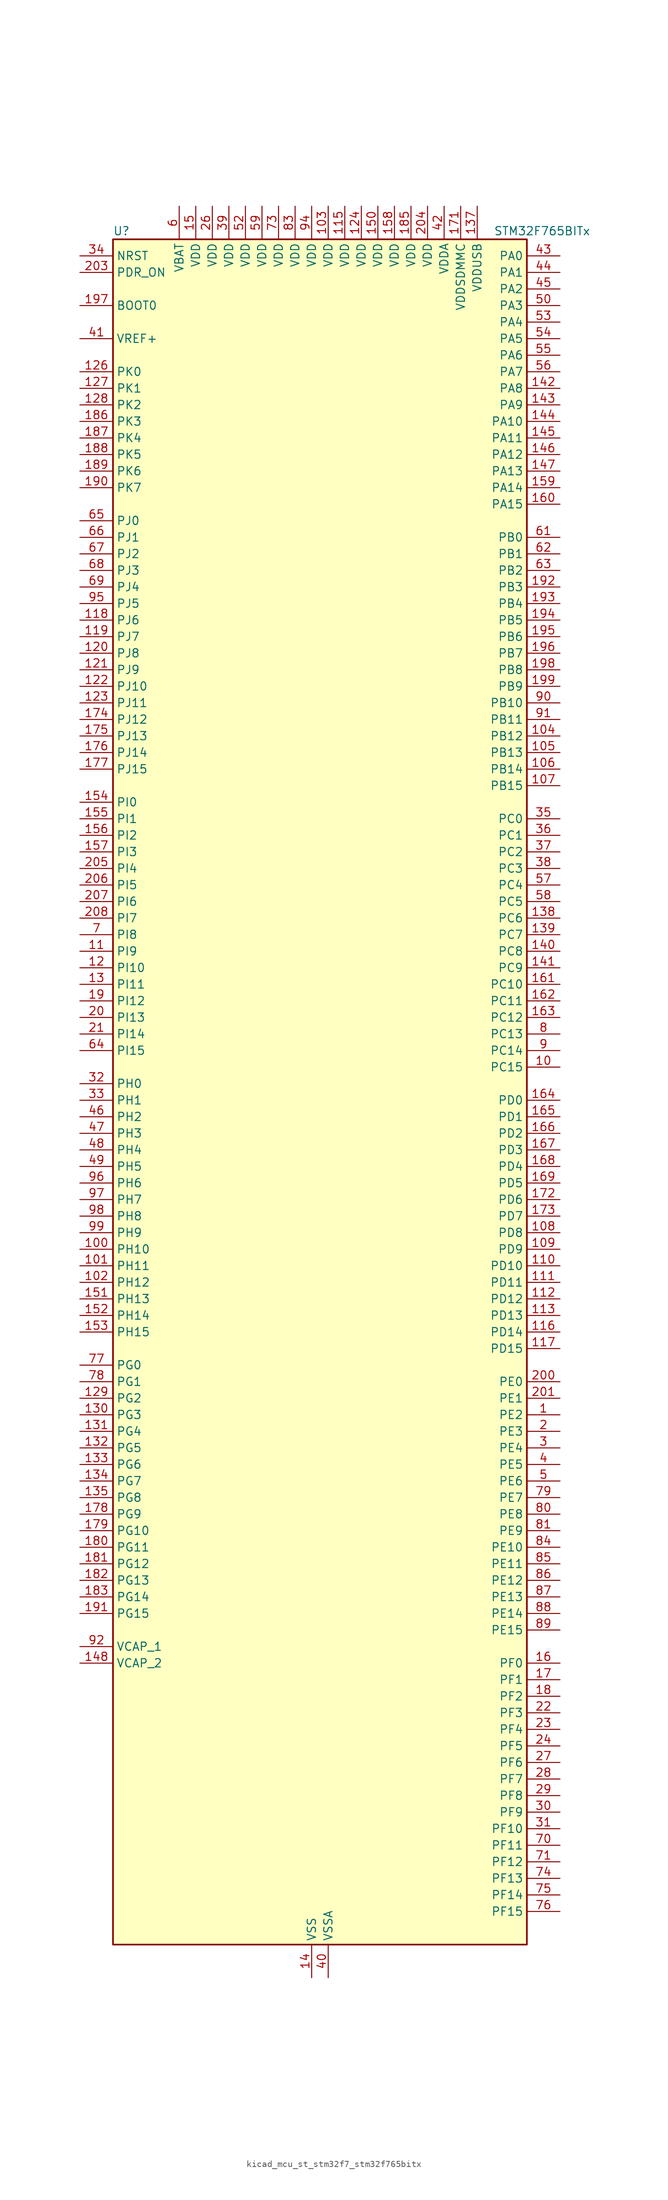
<source format=kicad_sym>
(kicad_symbol_lib
  (version 20220914)
  (generator kicad_symbol_editor)
  (symbol "kicad_mcu_st_stm32f7_stm32f765bitx"
    (property "Reference" "U"
      (at -30.48 133.35 0)
      (effects (font (size 1.27 1.27)) (justify left)))
    (property "Value" "STM32F765BITx"
      (at 27.94 133.35 0)
      (effects (font (size 1.27 1.27)) (justify left)))
    (property "ki_locked" ""
      (at 0 0 0)
      (effects (font (size 1.27 1.27))))
    (symbol "kicad_mcu_st_stm32f7_stm32f765bitx_0_1"
      (rectangle (start -30.48 -129.54) (end 33.02 132.08) (stroke (width 0.254) (type default)) (fill (type background))))
    (symbol "kicad_mcu_st_stm32f7_stm32f765bitx_1_1"
      (pin bidirectional line (at 38.1 -48.26 180) (length 5.08) (name "PE2" (effects (font (size 1.27 1.27)))) (number "1" (effects (font (size 1.27 1.27)))) (alternate "ETH_TXD3" bidirectional line) (alternate "FMC_A23" bidirectional line) (alternate "QUADSPI_BK1_IO2" bidirectional line) (alternate "SAI1_MCLK_A" bidirectional line) (alternate "SPI4_SCK" bidirectional line) (alternate "SYS_TRACECLK" bidirectional line))
      (pin bidirectional line (at 38.1 5.08 180) (length 5.08) (name "PC15" (effects (font (size 1.27 1.27)))) (number "10" (effects (font (size 1.27 1.27)))) (alternate "RCC_OSC32_OUT" bidirectional line))
      (pin bidirectional line (at -35.56 -22.86 0) (length 5.08) (name "PH10" (effects (font (size 1.27 1.27)))) (number "100" (effects (font (size 1.27 1.27)))) (alternate "DCMI_D1" bidirectional line) (alternate "FMC_D18" bidirectional line) (alternate "I2C4_SMBA" bidirectional line) (alternate "TIM5_CH1" bidirectional line))
      (pin bidirectional line (at -35.56 -25.4 0) (length 5.08) (name "PH11" (effects (font (size 1.27 1.27)))) (number "101" (effects (font (size 1.27 1.27)))) (alternate "ADC1_EXTI11" bidirectional line) (alternate "ADC2_EXTI11" bidirectional line) (alternate "ADC3_EXTI11" bidirectional line) (alternate "DCMI_D2" bidirectional line) (alternate "FMC_D19" bidirectional line) (alternate "I2C4_SCL" bidirectional line) (alternate "TIM5_CH2" bidirectional line))
      (pin bidirectional line (at -35.56 -27.94 0) (length 5.08) (name "PH12" (effects (font (size 1.27 1.27)))) (number "102" (effects (font (size 1.27 1.27)))) (alternate "DCMI_D3" bidirectional line) (alternate "FMC_D20" bidirectional line) (alternate "I2C4_SDA" bidirectional line) (alternate "TIM5_CH3" bidirectional line))
      (pin power_in line (at 2.54 137.16 270) (length 5.08) (name "VDD" (effects (font (size 1.27 1.27)))) (number "103" (effects (font (size 1.27 1.27)))))
      (pin bidirectional line (at 38.1 55.88 180) (length 5.08) (name "PB12" (effects (font (size 1.27 1.27)))) (number "104" (effects (font (size 1.27 1.27)))) (alternate "CAN2_RX" bidirectional line) (alternate "DFSDM1_DATIN1" bidirectional line) (alternate "ETH_TXD0" bidirectional line) (alternate "I2C2_SMBA" bidirectional line) (alternate "I2S2_WS" bidirectional line) (alternate "SPI2_NSS" bidirectional line) (alternate "TIM1_BKIN" bidirectional line) (alternate "UART5_RX" bidirectional line) (alternate "USART3_CK" bidirectional line) (alternate "USB_OTG_HS_ID" bidirectional line) (alternate "USB_OTG_HS_ULPI_D5" bidirectional line))
      (pin bidirectional line (at 38.1 53.34 180) (length 5.08) (name "PB13" (effects (font (size 1.27 1.27)))) (number "105" (effects (font (size 1.27 1.27)))) (alternate "CAN2_TX" bidirectional line) (alternate "DFSDM1_CKIN1" bidirectional line) (alternate "ETH_TXD1" bidirectional line) (alternate "I2S2_CK" bidirectional line) (alternate "SPI2_SCK" bidirectional line) (alternate "TIM1_CH1N" bidirectional line) (alternate "UART5_TX" bidirectional line) (alternate "USART3_CTS" bidirectional line) (alternate "USB_OTG_HS_ULPI_D6" bidirectional line) (alternate "USB_OTG_HS_VBUS" bidirectional line))
      (pin bidirectional line (at 38.1 50.8 180) (length 5.08) (name "PB14" (effects (font (size 1.27 1.27)))) (number "106" (effects (font (size 1.27 1.27)))) (alternate "DFSDM1_DATIN2" bidirectional line) (alternate "SDMMC2_D0" bidirectional line) (alternate "SPI2_MISO" bidirectional line) (alternate "TIM12_CH1" bidirectional line) (alternate "TIM1_CH2N" bidirectional line) (alternate "TIM8_CH2N" bidirectional line) (alternate "UART4_DE" bidirectional line) (alternate "UART4_RTS" bidirectional line) (alternate "USART1_TX" bidirectional line) (alternate "USART3_DE" bidirectional line) (alternate "USART3_RTS" bidirectional line) (alternate "USB_OTG_HS_DM" bidirectional line))
      (pin bidirectional line (at 38.1 48.26 180) (length 5.08) (name "PB15" (effects (font (size 1.27 1.27)))) (number "107" (effects (font (size 1.27 1.27)))) (alternate "DFSDM1_CKIN2" bidirectional line) (alternate "I2S2_SD" bidirectional line) (alternate "RTC_REFIN" bidirectional line) (alternate "SDMMC2_D1" bidirectional line) (alternate "SPI2_MOSI" bidirectional line) (alternate "TIM12_CH2" bidirectional line) (alternate "TIM1_CH3N" bidirectional line) (alternate "TIM8_CH3N" bidirectional line) (alternate "UART4_CTS" bidirectional line) (alternate "USART1_RX" bidirectional line) (alternate "USB_OTG_HS_DP" bidirectional line))
      (pin bidirectional line (at 38.1 -20.32 180) (length 5.08) (name "PD8" (effects (font (size 1.27 1.27)))) (number "108" (effects (font (size 1.27 1.27)))) (alternate "DFSDM1_CKIN3" bidirectional line) (alternate "FMC_D13" bidirectional line) (alternate "FMC_DA13" bidirectional line) (alternate "SPDIFRX_IN1" bidirectional line) (alternate "USART3_TX" bidirectional line))
      (pin bidirectional line (at 38.1 -22.86 180) (length 5.08) (name "PD9" (effects (font (size 1.27 1.27)))) (number "109" (effects (font (size 1.27 1.27)))) (alternate "DAC_EXTI9" bidirectional line) (alternate "DFSDM1_DATIN3" bidirectional line) (alternate "FMC_D14" bidirectional line) (alternate "FMC_DA14" bidirectional line) (alternate "USART3_RX" bidirectional line))
      (pin bidirectional line (at -35.56 22.86 0) (length 5.08) (name "PI9" (effects (font (size 1.27 1.27)))) (number "11" (effects (font (size 1.27 1.27)))) (alternate "CAN1_RX" bidirectional line) (alternate "DAC_EXTI9" bidirectional line) (alternate "FMC_D30" bidirectional line) (alternate "UART4_RX" bidirectional line))
      (pin bidirectional line (at 38.1 -25.4 180) (length 5.08) (name "PD10" (effects (font (size 1.27 1.27)))) (number "110" (effects (font (size 1.27 1.27)))) (alternate "DFSDM1_CKOUT" bidirectional line) (alternate "FMC_D15" bidirectional line) (alternate "FMC_DA15" bidirectional line) (alternate "USART3_CK" bidirectional line))
      (pin bidirectional line (at 38.1 -27.94 180) (length 5.08) (name "PD11" (effects (font (size 1.27 1.27)))) (number "111" (effects (font (size 1.27 1.27)))) (alternate "ADC1_EXTI11" bidirectional line) (alternate "ADC2_EXTI11" bidirectional line) (alternate "ADC3_EXTI11" bidirectional line) (alternate "FMC_A16" bidirectional line) (alternate "FMC_CLE" bidirectional line) (alternate "I2C4_SMBA" bidirectional line) (alternate "QUADSPI_BK1_IO0" bidirectional line) (alternate "SAI2_SD_A" bidirectional line) (alternate "USART3_CTS" bidirectional line))
      (pin bidirectional line (at 38.1 -30.48 180) (length 5.08) (name "PD12" (effects (font (size 1.27 1.27)))) (number "112" (effects (font (size 1.27 1.27)))) (alternate "FMC_A17" bidirectional line) (alternate "FMC_ALE" bidirectional line) (alternate "I2C4_SCL" bidirectional line) (alternate "LPTIM1_IN1" bidirectional line) (alternate "QUADSPI_BK1_IO1" bidirectional line) (alternate "SAI2_FS_A" bidirectional line) (alternate "TIM4_CH1" bidirectional line) (alternate "USART3_DE" bidirectional line) (alternate "USART3_RTS" bidirectional line))
      (pin bidirectional line (at 38.1 -33.02 180) (length 5.08) (name "PD13" (effects (font (size 1.27 1.27)))) (number "113" (effects (font (size 1.27 1.27)))) (alternate "FMC_A18" bidirectional line) (alternate "I2C4_SDA" bidirectional line) (alternate "LPTIM1_OUT" bidirectional line) (alternate "QUADSPI_BK1_IO3" bidirectional line) (alternate "SAI2_SCK_A" bidirectional line) (alternate "TIM4_CH2" bidirectional line))
      (pin passive line (at 0 -134.62 90) (length 5.08) hide (name "VSS" (effects (font (size 1.27 1.27)))) (number "114" (effects (font (size 1.27 1.27)))))
      (pin power_in line (at 5.08 137.16 270) (length 5.08) (name "VDD" (effects (font (size 1.27 1.27)))) (number "115" (effects (font (size 1.27 1.27)))))
      (pin bidirectional line (at 38.1 -35.56 180) (length 5.08) (name "PD14" (effects (font (size 1.27 1.27)))) (number "116" (effects (font (size 1.27 1.27)))) (alternate "FMC_D0" bidirectional line) (alternate "FMC_DA0" bidirectional line) (alternate "TIM4_CH3" bidirectional line) (alternate "UART8_CTS" bidirectional line))
      (pin bidirectional line (at 38.1 -38.1 180) (length 5.08) (name "PD15" (effects (font (size 1.27 1.27)))) (number "117" (effects (font (size 1.27 1.27)))) (alternate "FMC_D1" bidirectional line) (alternate "FMC_DA1" bidirectional line) (alternate "TIM4_CH4" bidirectional line) (alternate "UART8_DE" bidirectional line) (alternate "UART8_RTS" bidirectional line))
      (pin bidirectional line (at -35.56 73.66 0) (length 5.08) (name "PJ6" (effects (font (size 1.27 1.27)))) (number "118" (effects (font (size 1.27 1.27)))))
      (pin bidirectional line (at -35.56 71.12 0) (length 5.08) (name "PJ7" (effects (font (size 1.27 1.27)))) (number "119" (effects (font (size 1.27 1.27)))))
      (pin bidirectional line (at -35.56 20.32 0) (length 5.08) (name "PI10" (effects (font (size 1.27 1.27)))) (number "12" (effects (font (size 1.27 1.27)))) (alternate "ETH_RX_ER" bidirectional line) (alternate "FMC_D31" bidirectional line))
      (pin bidirectional line (at -35.56 68.58 0) (length 5.08) (name "PJ8" (effects (font (size 1.27 1.27)))) (number "120" (effects (font (size 1.27 1.27)))))
      (pin bidirectional line (at -35.56 66.04 0) (length 5.08) (name "PJ9" (effects (font (size 1.27 1.27)))) (number "121" (effects (font (size 1.27 1.27)))) (alternate "DAC_EXTI9" bidirectional line))
      (pin bidirectional line (at -35.56 63.5 0) (length 5.08) (name "PJ10" (effects (font (size 1.27 1.27)))) (number "122" (effects (font (size 1.27 1.27)))))
      (pin bidirectional line (at -35.56 60.96 0) (length 5.08) (name "PJ11" (effects (font (size 1.27 1.27)))) (number "123" (effects (font (size 1.27 1.27)))) (alternate "ADC1_EXTI11" bidirectional line) (alternate "ADC2_EXTI11" bidirectional line) (alternate "ADC3_EXTI11" bidirectional line))
      (pin power_in line (at 7.62 137.16 270) (length 5.08) (name "VDD" (effects (font (size 1.27 1.27)))) (number "124" (effects (font (size 1.27 1.27)))))
      (pin passive line (at 0 -134.62 90) (length 5.08) hide (name "VSS" (effects (font (size 1.27 1.27)))) (number "125" (effects (font (size 1.27 1.27)))))
      (pin bidirectional line (at -35.56 111.76 0) (length 5.08) (name "PK0" (effects (font (size 1.27 1.27)))) (number "126" (effects (font (size 1.27 1.27)))))
      (pin bidirectional line (at -35.56 109.22 0) (length 5.08) (name "PK1" (effects (font (size 1.27 1.27)))) (number "127" (effects (font (size 1.27 1.27)))))
      (pin bidirectional line (at -35.56 106.68 0) (length 5.08) (name "PK2" (effects (font (size 1.27 1.27)))) (number "128" (effects (font (size 1.27 1.27)))))
      (pin bidirectional line (at -35.56 -45.72 0) (length 5.08) (name "PG2" (effects (font (size 1.27 1.27)))) (number "129" (effects (font (size 1.27 1.27)))) (alternate "FMC_A12" bidirectional line))
      (pin bidirectional line (at -35.56 17.78 0) (length 5.08) (name "PI11" (effects (font (size 1.27 1.27)))) (number "13" (effects (font (size 1.27 1.27)))) (alternate "ADC1_EXTI11" bidirectional line) (alternate "ADC2_EXTI11" bidirectional line) (alternate "ADC3_EXTI11" bidirectional line) (alternate "SYS_WKUP6" bidirectional line) (alternate "USB_OTG_HS_ULPI_DIR" bidirectional line))
      (pin bidirectional line (at -35.56 -48.26 0) (length 5.08) (name "PG3" (effects (font (size 1.27 1.27)))) (number "130" (effects (font (size 1.27 1.27)))) (alternate "FMC_A13" bidirectional line))
      (pin bidirectional line (at -35.56 -50.8 0) (length 5.08) (name "PG4" (effects (font (size 1.27 1.27)))) (number "131" (effects (font (size 1.27 1.27)))) (alternate "FMC_A14" bidirectional line) (alternate "FMC_BA0" bidirectional line))
      (pin bidirectional line (at -35.56 -53.34 0) (length 5.08) (name "PG5" (effects (font (size 1.27 1.27)))) (number "132" (effects (font (size 1.27 1.27)))) (alternate "FMC_A15" bidirectional line) (alternate "FMC_BA1" bidirectional line))
      (pin bidirectional line (at -35.56 -55.88 0) (length 5.08) (name "PG6" (effects (font (size 1.27 1.27)))) (number "133" (effects (font (size 1.27 1.27)))) (alternate "DCMI_D12" bidirectional line) (alternate "FMC_NE3" bidirectional line))
      (pin bidirectional line (at -35.56 -58.42 0) (length 5.08) (name "PG7" (effects (font (size 1.27 1.27)))) (number "134" (effects (font (size 1.27 1.27)))) (alternate "DCMI_D13" bidirectional line) (alternate "FMC_INT" bidirectional line) (alternate "SAI1_MCLK_A" bidirectional line) (alternate "USART6_CK" bidirectional line))
      (pin bidirectional line (at -35.56 -60.96 0) (length 5.08) (name "PG8" (effects (font (size 1.27 1.27)))) (number "135" (effects (font (size 1.27 1.27)))) (alternate "ETH_PPS_OUT" bidirectional line) (alternate "FMC_SDCLK" bidirectional line) (alternate "SPDIFRX_IN2" bidirectional line) (alternate "SPI6_NSS" bidirectional line) (alternate "USART6_DE" bidirectional line) (alternate "USART6_RTS" bidirectional line))
      (pin passive line (at 0 -134.62 90) (length 5.08) hide (name "VSS" (effects (font (size 1.27 1.27)))) (number "136" (effects (font (size 1.27 1.27)))))
      (pin power_in line (at 25.4 137.16 270) (length 5.08) (name "VDDUSB" (effects (font (size 1.27 1.27)))) (number "137" (effects (font (size 1.27 1.27)))))
      (pin bidirectional line (at 38.1 27.94 180) (length 5.08) (name "PC6" (effects (font (size 1.27 1.27)))) (number "138" (effects (font (size 1.27 1.27)))) (alternate "DCMI_D0" bidirectional line) (alternate "DFSDM1_CKIN3" bidirectional line) (alternate "FMC_NWAIT" bidirectional line) (alternate "I2S2_MCK" bidirectional line) (alternate "SDMMC1_D6" bidirectional line) (alternate "SDMMC2_D6" bidirectional line) (alternate "TIM3_CH1" bidirectional line) (alternate "TIM8_CH1" bidirectional line) (alternate "USART6_TX" bidirectional line))
      (pin bidirectional line (at 38.1 25.4 180) (length 5.08) (name "PC7" (effects (font (size 1.27 1.27)))) (number "139" (effects (font (size 1.27 1.27)))) (alternate "DCMI_D1" bidirectional line) (alternate "DFSDM1_DATIN3" bidirectional line) (alternate "FMC_NE1" bidirectional line) (alternate "I2S3_MCK" bidirectional line) (alternate "SDMMC1_D7" bidirectional line) (alternate "SDMMC2_D7" bidirectional line) (alternate "TIM3_CH2" bidirectional line) (alternate "TIM8_CH2" bidirectional line) (alternate "USART6_RX" bidirectional line))
      (pin power_in line (at 0 -134.62 90) (length 5.08) (name "VSS" (effects (font (size 1.27 1.27)))) (number "14" (effects (font (size 1.27 1.27)))))
      (pin bidirectional line (at 38.1 22.86 180) (length 5.08) (name "PC8" (effects (font (size 1.27 1.27)))) (number "140" (effects (font (size 1.27 1.27)))) (alternate "DCMI_D2" bidirectional line) (alternate "FMC_NCE" bidirectional line) (alternate "FMC_NE2" bidirectional line) (alternate "SDMMC1_D0" bidirectional line) (alternate "SYS_TRACED1" bidirectional line) (alternate "TIM3_CH3" bidirectional line) (alternate "TIM8_CH3" bidirectional line) (alternate "UART5_DE" bidirectional line) (alternate "UART5_RTS" bidirectional line) (alternate "USART6_CK" bidirectional line))
      (pin bidirectional line (at 38.1 20.32 180) (length 5.08) (name "PC9" (effects (font (size 1.27 1.27)))) (number "141" (effects (font (size 1.27 1.27)))) (alternate "DAC_EXTI9" bidirectional line) (alternate "DCMI_D3" bidirectional line) (alternate "I2C3_SDA" bidirectional line) (alternate "I2S_CKIN" bidirectional line) (alternate "QUADSPI_BK1_IO0" bidirectional line) (alternate "RCC_MCO_2" bidirectional line) (alternate "SDMMC1_D1" bidirectional line) (alternate "TIM3_CH4" bidirectional line) (alternate "TIM8_CH4" bidirectional line) (alternate "UART5_CTS" bidirectional line))
      (pin bidirectional line (at 38.1 109.22 180) (length 5.08) (name "PA8" (effects (font (size 1.27 1.27)))) (number "142" (effects (font (size 1.27 1.27)))) (alternate "CAN3_RX" bidirectional line) (alternate "I2C3_SCL" bidirectional line) (alternate "RCC_MCO_1" bidirectional line) (alternate "TIM1_CH1" bidirectional line) (alternate "TIM8_BKIN2" bidirectional line) (alternate "UART7_RX" bidirectional line) (alternate "USART1_CK" bidirectional line) (alternate "USB_OTG_FS_SOF" bidirectional line))
      (pin bidirectional line (at 38.1 106.68 180) (length 5.08) (name "PA9" (effects (font (size 1.27 1.27)))) (number "143" (effects (font (size 1.27 1.27)))) (alternate "DAC_EXTI9" bidirectional line) (alternate "DCMI_D0" bidirectional line) (alternate "I2C3_SMBA" bidirectional line) (alternate "I2S2_CK" bidirectional line) (alternate "SPI2_SCK" bidirectional line) (alternate "TIM1_CH2" bidirectional line) (alternate "USART1_TX" bidirectional line) (alternate "USB_OTG_FS_VBUS" bidirectional line))
      (pin bidirectional line (at 38.1 104.14 180) (length 5.08) (name "PA10" (effects (font (size 1.27 1.27)))) (number "144" (effects (font (size 1.27 1.27)))) (alternate "DCMI_D1" bidirectional line) (alternate "MDIOS_MDIO" bidirectional line) (alternate "TIM1_CH3" bidirectional line) (alternate "USART1_RX" bidirectional line) (alternate "USB_OTG_FS_ID" bidirectional line))
      (pin bidirectional line (at 38.1 101.6 180) (length 5.08) (name "PA11" (effects (font (size 1.27 1.27)))) (number "145" (effects (font (size 1.27 1.27)))) (alternate "ADC1_EXTI11" bidirectional line) (alternate "ADC2_EXTI11" bidirectional line) (alternate "ADC3_EXTI11" bidirectional line) (alternate "CAN1_RX" bidirectional line) (alternate "I2S2_WS" bidirectional line) (alternate "SPI2_NSS" bidirectional line) (alternate "TIM1_CH4" bidirectional line) (alternate "UART4_RX" bidirectional line) (alternate "USART1_CTS" bidirectional line) (alternate "USB_OTG_FS_DM" bidirectional line))
      (pin bidirectional line (at 38.1 99.06 180) (length 5.08) (name "PA12" (effects (font (size 1.27 1.27)))) (number "146" (effects (font (size 1.27 1.27)))) (alternate "CAN1_TX" bidirectional line) (alternate "I2S2_CK" bidirectional line) (alternate "SAI2_FS_B" bidirectional line) (alternate "SPI2_SCK" bidirectional line) (alternate "TIM1_ETR" bidirectional line) (alternate "UART4_TX" bidirectional line) (alternate "USART1_DE" bidirectional line) (alternate "USART1_RTS" bidirectional line) (alternate "USB_OTG_FS_DP" bidirectional line))
      (pin bidirectional line (at 38.1 96.52 180) (length 5.08) (name "PA13" (effects (font (size 1.27 1.27)))) (number "147" (effects (font (size 1.27 1.27)))) (alternate "SYS_JTMS-SWDIO" bidirectional line))
      (pin power_out line (at -35.56 -86.36 0) (length 5.08) (name "VCAP_2" (effects (font (size 1.27 1.27)))) (number "148" (effects (font (size 1.27 1.27)))))
      (pin passive line (at 0 -134.62 90) (length 5.08) hide (name "VSS" (effects (font (size 1.27 1.27)))) (number "149" (effects (font (size 1.27 1.27)))))
      (pin power_in line (at -17.78 137.16 270) (length 5.08) (name "VDD" (effects (font (size 1.27 1.27)))) (number "15" (effects (font (size 1.27 1.27)))))
      (pin power_in line (at 10.16 137.16 270) (length 5.08) (name "VDD" (effects (font (size 1.27 1.27)))) (number "150" (effects (font (size 1.27 1.27)))))
      (pin bidirectional line (at -35.56 -30.48 0) (length 5.08) (name "PH13" (effects (font (size 1.27 1.27)))) (number "151" (effects (font (size 1.27 1.27)))) (alternate "CAN1_TX" bidirectional line) (alternate "FMC_D21" bidirectional line) (alternate "TIM8_CH1N" bidirectional line) (alternate "UART4_TX" bidirectional line))
      (pin bidirectional line (at -35.56 -33.02 0) (length 5.08) (name "PH14" (effects (font (size 1.27 1.27)))) (number "152" (effects (font (size 1.27 1.27)))) (alternate "CAN1_RX" bidirectional line) (alternate "DCMI_D4" bidirectional line) (alternate "FMC_D22" bidirectional line) (alternate "TIM8_CH2N" bidirectional line) (alternate "UART4_RX" bidirectional line))
      (pin bidirectional line (at -35.56 -35.56 0) (length 5.08) (name "PH15" (effects (font (size 1.27 1.27)))) (number "153" (effects (font (size 1.27 1.27)))) (alternate "DCMI_D11" bidirectional line) (alternate "FMC_D23" bidirectional line) (alternate "TIM8_CH3N" bidirectional line))
      (pin bidirectional line (at -35.56 45.72 0) (length 5.08) (name "PI0" (effects (font (size 1.27 1.27)))) (number "154" (effects (font (size 1.27 1.27)))) (alternate "DCMI_D13" bidirectional line) (alternate "FMC_D24" bidirectional line) (alternate "I2S2_WS" bidirectional line) (alternate "SPI2_NSS" bidirectional line) (alternate "TIM5_CH4" bidirectional line))
      (pin bidirectional line (at -35.56 43.18 0) (length 5.08) (name "PI1" (effects (font (size 1.27 1.27)))) (number "155" (effects (font (size 1.27 1.27)))) (alternate "DCMI_D8" bidirectional line) (alternate "FMC_D25" bidirectional line) (alternate "I2S2_CK" bidirectional line) (alternate "SPI2_SCK" bidirectional line) (alternate "TIM8_BKIN2" bidirectional line))
      (pin bidirectional line (at -35.56 40.64 0) (length 5.08) (name "PI2" (effects (font (size 1.27 1.27)))) (number "156" (effects (font (size 1.27 1.27)))) (alternate "DCMI_D9" bidirectional line) (alternate "FMC_D26" bidirectional line) (alternate "SPI2_MISO" bidirectional line) (alternate "TIM8_CH4" bidirectional line))
      (pin bidirectional line (at -35.56 38.1 0) (length 5.08) (name "PI3" (effects (font (size 1.27 1.27)))) (number "157" (effects (font (size 1.27 1.27)))) (alternate "DCMI_D10" bidirectional line) (alternate "FMC_D27" bidirectional line) (alternate "I2S2_SD" bidirectional line) (alternate "SPI2_MOSI" bidirectional line) (alternate "TIM8_ETR" bidirectional line))
      (pin power_in line (at 12.7 137.16 270) (length 5.08) (name "VDD" (effects (font (size 1.27 1.27)))) (number "158" (effects (font (size 1.27 1.27)))))
      (pin bidirectional line (at 38.1 93.98 180) (length 5.08) (name "PA14" (effects (font (size 1.27 1.27)))) (number "159" (effects (font (size 1.27 1.27)))) (alternate "SYS_JTCK-SWCLK" bidirectional line))
      (pin bidirectional line (at 38.1 -86.36 180) (length 5.08) (name "PF0" (effects (font (size 1.27 1.27)))) (number "16" (effects (font (size 1.27 1.27)))) (alternate "FMC_A0" bidirectional line) (alternate "I2C2_SDA" bidirectional line))
      (pin bidirectional line (at 38.1 91.44 180) (length 5.08) (name "PA15" (effects (font (size 1.27 1.27)))) (number "160" (effects (font (size 1.27 1.27)))) (alternate "CAN3_TX" bidirectional line) (alternate "CEC" bidirectional line) (alternate "I2S1_WS" bidirectional line) (alternate "I2S3_WS" bidirectional line) (alternate "SPI1_NSS" bidirectional line) (alternate "SPI3_NSS" bidirectional line) (alternate "SPI6_NSS" bidirectional line) (alternate "SYS_JTDI" bidirectional line) (alternate "TIM2_CH1" bidirectional line) (alternate "TIM2_ETR" bidirectional line) (alternate "UART4_DE" bidirectional line) (alternate "UART4_RTS" bidirectional line) (alternate "UART7_TX" bidirectional line))
      (pin bidirectional line (at 38.1 17.78 180) (length 5.08) (name "PC10" (effects (font (size 1.27 1.27)))) (number "161" (effects (font (size 1.27 1.27)))) (alternate "DCMI_D8" bidirectional line) (alternate "DFSDM1_CKIN5" bidirectional line) (alternate "I2S3_CK" bidirectional line) (alternate "QUADSPI_BK1_IO1" bidirectional line) (alternate "SDMMC1_D2" bidirectional line) (alternate "SPI3_SCK" bidirectional line) (alternate "UART4_TX" bidirectional line) (alternate "USART3_TX" bidirectional line))
      (pin bidirectional line (at 38.1 15.24 180) (length 5.08) (name "PC11" (effects (font (size 1.27 1.27)))) (number "162" (effects (font (size 1.27 1.27)))) (alternate "ADC1_EXTI11" bidirectional line) (alternate "ADC2_EXTI11" bidirectional line) (alternate "ADC3_EXTI11" bidirectional line) (alternate "DCMI_D4" bidirectional line) (alternate "DFSDM1_DATIN5" bidirectional line) (alternate "QUADSPI_BK2_NCS" bidirectional line) (alternate "SDMMC1_D3" bidirectional line) (alternate "SPI3_MISO" bidirectional line) (alternate "UART4_RX" bidirectional line) (alternate "USART3_RX" bidirectional line))
      (pin bidirectional line (at 38.1 12.7 180) (length 5.08) (name "PC12" (effects (font (size 1.27 1.27)))) (number "163" (effects (font (size 1.27 1.27)))) (alternate "DCMI_D9" bidirectional line) (alternate "I2S3_SD" bidirectional line) (alternate "SDMMC1_CK" bidirectional line) (alternate "SPI3_MOSI" bidirectional line) (alternate "SYS_TRACED3" bidirectional line) (alternate "UART5_TX" bidirectional line) (alternate "USART3_CK" bidirectional line))
      (pin bidirectional line (at 38.1 0 180) (length 5.08) (name "PD0" (effects (font (size 1.27 1.27)))) (number "164" (effects (font (size 1.27 1.27)))) (alternate "CAN1_RX" bidirectional line) (alternate "DFSDM1_CKIN6" bidirectional line) (alternate "DFSDM1_DATIN7" bidirectional line) (alternate "FMC_D2" bidirectional line) (alternate "FMC_DA2" bidirectional line) (alternate "UART4_RX" bidirectional line))
      (pin bidirectional line (at 38.1 -2.54 180) (length 5.08) (name "PD1" (effects (font (size 1.27 1.27)))) (number "165" (effects (font (size 1.27 1.27)))) (alternate "CAN1_TX" bidirectional line) (alternate "DFSDM1_CKIN7" bidirectional line) (alternate "DFSDM1_DATIN6" bidirectional line) (alternate "FMC_D3" bidirectional line) (alternate "FMC_DA3" bidirectional line) (alternate "UART4_TX" bidirectional line))
      (pin bidirectional line (at 38.1 -5.08 180) (length 5.08) (name "PD2" (effects (font (size 1.27 1.27)))) (number "166" (effects (font (size 1.27 1.27)))) (alternate "DCMI_D11" bidirectional line) (alternate "SDMMC1_CMD" bidirectional line) (alternate "SYS_TRACED2" bidirectional line) (alternate "TIM3_ETR" bidirectional line) (alternate "UART5_RX" bidirectional line))
      (pin bidirectional line (at 38.1 -7.62 180) (length 5.08) (name "PD3" (effects (font (size 1.27 1.27)))) (number "167" (effects (font (size 1.27 1.27)))) (alternate "DCMI_D5" bidirectional line) (alternate "DFSDM1_CKOUT" bidirectional line) (alternate "DFSDM1_DATIN0" bidirectional line) (alternate "FMC_CLK" bidirectional line) (alternate "I2S2_CK" bidirectional line) (alternate "SPI2_SCK" bidirectional line) (alternate "USART2_CTS" bidirectional line))
      (pin bidirectional line (at 38.1 -10.16 180) (length 5.08) (name "PD4" (effects (font (size 1.27 1.27)))) (number "168" (effects (font (size 1.27 1.27)))) (alternate "DFSDM1_CKIN0" bidirectional line) (alternate "FMC_NOE" bidirectional line) (alternate "USART2_DE" bidirectional line) (alternate "USART2_RTS" bidirectional line))
      (pin bidirectional line (at 38.1 -12.7 180) (length 5.08) (name "PD5" (effects (font (size 1.27 1.27)))) (number "169" (effects (font (size 1.27 1.27)))) (alternate "FMC_NWE" bidirectional line) (alternate "USART2_TX" bidirectional line))
      (pin bidirectional line (at 38.1 -88.9 180) (length 5.08) (name "PF1" (effects (font (size 1.27 1.27)))) (number "17" (effects (font (size 1.27 1.27)))) (alternate "FMC_A1" bidirectional line) (alternate "I2C2_SCL" bidirectional line))
      (pin passive line (at 0 -134.62 90) (length 5.08) hide (name "VSS" (effects (font (size 1.27 1.27)))) (number "170" (effects (font (size 1.27 1.27)))))
      (pin power_in line (at 22.86 137.16 270) (length 5.08) (name "VDDSDMMC" (effects (font (size 1.27 1.27)))) (number "171" (effects (font (size 1.27 1.27)))))
      (pin bidirectional line (at 38.1 -15.24 180) (length 5.08) (name "PD6" (effects (font (size 1.27 1.27)))) (number "172" (effects (font (size 1.27 1.27)))) (alternate "DCMI_D10" bidirectional line) (alternate "DFSDM1_CKIN4" bidirectional line) (alternate "DFSDM1_DATIN1" bidirectional line) (alternate "FMC_NWAIT" bidirectional line) (alternate "I2S3_SD" bidirectional line) (alternate "SAI1_SD_A" bidirectional line) (alternate "SDMMC2_CK" bidirectional line) (alternate "SPI3_MOSI" bidirectional line) (alternate "USART2_RX" bidirectional line))
      (pin bidirectional line (at 38.1 -17.78 180) (length 5.08) (name "PD7" (effects (font (size 1.27 1.27)))) (number "173" (effects (font (size 1.27 1.27)))) (alternate "DFSDM1_CKIN1" bidirectional line) (alternate "DFSDM1_DATIN4" bidirectional line) (alternate "FMC_NE1" bidirectional line) (alternate "I2S1_SD" bidirectional line) (alternate "SDMMC2_CMD" bidirectional line) (alternate "SPDIFRX_IN0" bidirectional line) (alternate "SPI1_MOSI" bidirectional line) (alternate "USART2_CK" bidirectional line))
      (pin bidirectional line (at -35.56 58.42 0) (length 5.08) (name "PJ12" (effects (font (size 1.27 1.27)))) (number "174" (effects (font (size 1.27 1.27)))))
      (pin bidirectional line (at -35.56 55.88 0) (length 5.08) (name "PJ13" (effects (font (size 1.27 1.27)))) (number "175" (effects (font (size 1.27 1.27)))))
      (pin bidirectional line (at -35.56 53.34 0) (length 5.08) (name "PJ14" (effects (font (size 1.27 1.27)))) (number "176" (effects (font (size 1.27 1.27)))))
      (pin bidirectional line (at -35.56 50.8 0) (length 5.08) (name "PJ15" (effects (font (size 1.27 1.27)))) (number "177" (effects (font (size 1.27 1.27)))))
      (pin bidirectional line (at -35.56 -63.5 0) (length 5.08) (name "PG9" (effects (font (size 1.27 1.27)))) (number "178" (effects (font (size 1.27 1.27)))) (alternate "DAC_EXTI9" bidirectional line) (alternate "DCMI_VSYNC" bidirectional line) (alternate "FMC_NCE" bidirectional line) (alternate "FMC_NE2" bidirectional line) (alternate "QUADSPI_BK2_IO2" bidirectional line) (alternate "SAI2_FS_B" bidirectional line) (alternate "SDMMC2_D0" bidirectional line) (alternate "SPDIFRX_IN3" bidirectional line) (alternate "SPI1_MISO" bidirectional line) (alternate "USART6_RX" bidirectional line))
      (pin bidirectional line (at -35.56 -66.04 0) (length 5.08) (name "PG10" (effects (font (size 1.27 1.27)))) (number "179" (effects (font (size 1.27 1.27)))) (alternate "DCMI_D2" bidirectional line) (alternate "FMC_NE3" bidirectional line) (alternate "I2S1_WS" bidirectional line) (alternate "SAI2_SD_B" bidirectional line) (alternate "SDMMC2_D1" bidirectional line) (alternate "SPI1_NSS" bidirectional line))
      (pin bidirectional line (at 38.1 -91.44 180) (length 5.08) (name "PF2" (effects (font (size 1.27 1.27)))) (number "18" (effects (font (size 1.27 1.27)))) (alternate "FMC_A2" bidirectional line) (alternate "I2C2_SMBA" bidirectional line))
      (pin bidirectional line (at -35.56 -68.58 0) (length 5.08) (name "PG11" (effects (font (size 1.27 1.27)))) (number "180" (effects (font (size 1.27 1.27)))) (alternate "ADC1_EXTI11" bidirectional line) (alternate "ADC2_EXTI11" bidirectional line) (alternate "ADC3_EXTI11" bidirectional line) (alternate "DCMI_D3" bidirectional line) (alternate "ETH_TX_EN" bidirectional line) (alternate "I2S1_CK" bidirectional line) (alternate "SDMMC2_D2" bidirectional line) (alternate "SPDIFRX_IN0" bidirectional line) (alternate "SPI1_SCK" bidirectional line))
      (pin bidirectional line (at -35.56 -71.12 0) (length 5.08) (name "PG12" (effects (font (size 1.27 1.27)))) (number "181" (effects (font (size 1.27 1.27)))) (alternate "FMC_NE4" bidirectional line) (alternate "LPTIM1_IN1" bidirectional line) (alternate "SDMMC2_D3" bidirectional line) (alternate "SPDIFRX_IN1" bidirectional line) (alternate "SPI6_MISO" bidirectional line) (alternate "USART6_DE" bidirectional line) (alternate "USART6_RTS" bidirectional line))
      (pin bidirectional line (at -35.56 -73.66 0) (length 5.08) (name "PG13" (effects (font (size 1.27 1.27)))) (number "182" (effects (font (size 1.27 1.27)))) (alternate "ETH_TXD0" bidirectional line) (alternate "FMC_A24" bidirectional line) (alternate "LPTIM1_OUT" bidirectional line) (alternate "SPI6_SCK" bidirectional line) (alternate "SYS_TRACED0" bidirectional line) (alternate "USART6_CTS" bidirectional line))
      (pin bidirectional line (at -35.56 -76.2 0) (length 5.08) (name "PG14" (effects (font (size 1.27 1.27)))) (number "183" (effects (font (size 1.27 1.27)))) (alternate "ETH_TXD1" bidirectional line) (alternate "FMC_A25" bidirectional line) (alternate "LPTIM1_ETR" bidirectional line) (alternate "QUADSPI_BK2_IO3" bidirectional line) (alternate "SPI6_MOSI" bidirectional line) (alternate "SYS_TRACED1" bidirectional line) (alternate "USART6_TX" bidirectional line))
      (pin passive line (at 0 -134.62 90) (length 5.08) hide (name "VSS" (effects (font (size 1.27 1.27)))) (number "184" (effects (font (size 1.27 1.27)))))
      (pin power_in line (at 15.24 137.16 270) (length 5.08) (name "VDD" (effects (font (size 1.27 1.27)))) (number "185" (effects (font (size 1.27 1.27)))))
      (pin bidirectional line (at -35.56 104.14 0) (length 5.08) (name "PK3" (effects (font (size 1.27 1.27)))) (number "186" (effects (font (size 1.27 1.27)))))
      (pin bidirectional line (at -35.56 101.6 0) (length 5.08) (name "PK4" (effects (font (size 1.27 1.27)))) (number "187" (effects (font (size 1.27 1.27)))))
      (pin bidirectional line (at -35.56 99.06 0) (length 5.08) (name "PK5" (effects (font (size 1.27 1.27)))) (number "188" (effects (font (size 1.27 1.27)))))
      (pin bidirectional line (at -35.56 96.52 0) (length 5.08) (name "PK6" (effects (font (size 1.27 1.27)))) (number "189" (effects (font (size 1.27 1.27)))))
      (pin bidirectional line (at -35.56 15.24 0) (length 5.08) (name "PI12" (effects (font (size 1.27 1.27)))) (number "19" (effects (font (size 1.27 1.27)))))
      (pin bidirectional line (at -35.56 93.98 0) (length 5.08) (name "PK7" (effects (font (size 1.27 1.27)))) (number "190" (effects (font (size 1.27 1.27)))))
      (pin bidirectional line (at -35.56 -78.74 0) (length 5.08) (name "PG15" (effects (font (size 1.27 1.27)))) (number "191" (effects (font (size 1.27 1.27)))) (alternate "DCMI_D13" bidirectional line) (alternate "FMC_SDNCAS" bidirectional line) (alternate "USART6_CTS" bidirectional line))
      (pin bidirectional line (at 38.1 78.74 180) (length 5.08) (name "PB3" (effects (font (size 1.27 1.27)))) (number "192" (effects (font (size 1.27 1.27)))) (alternate "CAN3_RX" bidirectional line) (alternate "I2S1_CK" bidirectional line) (alternate "I2S3_CK" bidirectional line) (alternate "SDMMC2_D2" bidirectional line) (alternate "SPI1_SCK" bidirectional line) (alternate "SPI3_SCK" bidirectional line) (alternate "SPI6_SCK" bidirectional line) (alternate "SYS_JTDO-SWO" bidirectional line) (alternate "TIM2_CH2" bidirectional line) (alternate "UART7_RX" bidirectional line))
      (pin bidirectional line (at 38.1 76.2 180) (length 5.08) (name "PB4" (effects (font (size 1.27 1.27)))) (number "193" (effects (font (size 1.27 1.27)))) (alternate "CAN3_TX" bidirectional line) (alternate "I2S2_WS" bidirectional line) (alternate "SDMMC2_D3" bidirectional line) (alternate "SPI1_MISO" bidirectional line) (alternate "SPI2_NSS" bidirectional line) (alternate "SPI3_MISO" bidirectional line) (alternate "SPI6_MISO" bidirectional line) (alternate "SYS_JTRST" bidirectional line) (alternate "TIM3_CH1" bidirectional line) (alternate "UART7_TX" bidirectional line))
      (pin bidirectional line (at 38.1 73.66 180) (length 5.08) (name "PB5" (effects (font (size 1.27 1.27)))) (number "194" (effects (font (size 1.27 1.27)))) (alternate "CAN2_RX" bidirectional line) (alternate "DCMI_D10" bidirectional line) (alternate "ETH_PPS_OUT" bidirectional line) (alternate "FMC_SDCKE1" bidirectional line) (alternate "I2C1_SMBA" bidirectional line) (alternate "I2S1_SD" bidirectional line) (alternate "I2S3_SD" bidirectional line) (alternate "SPI1_MOSI" bidirectional line) (alternate "SPI3_MOSI" bidirectional line) (alternate "SPI6_MOSI" bidirectional line) (alternate "TIM3_CH2" bidirectional line) (alternate "UART5_RX" bidirectional line) (alternate "USB_OTG_HS_ULPI_D7" bidirectional line))
      (pin bidirectional line (at 38.1 71.12 180) (length 5.08) (name "PB6" (effects (font (size 1.27 1.27)))) (number "195" (effects (font (size 1.27 1.27)))) (alternate "CAN2_TX" bidirectional line) (alternate "CEC" bidirectional line) (alternate "DCMI_D5" bidirectional line) (alternate "DFSDM1_DATIN5" bidirectional line) (alternate "FMC_SDNE1" bidirectional line) (alternate "I2C1_SCL" bidirectional line) (alternate "I2C4_SCL" bidirectional line) (alternate "QUADSPI_BK1_NCS" bidirectional line) (alternate "TIM4_CH1" bidirectional line) (alternate "UART5_TX" bidirectional line) (alternate "USART1_TX" bidirectional line))
      (pin bidirectional line (at 38.1 68.58 180) (length 5.08) (name "PB7" (effects (font (size 1.27 1.27)))) (number "196" (effects (font (size 1.27 1.27)))) (alternate "DCMI_VSYNC" bidirectional line) (alternate "DFSDM1_CKIN5" bidirectional line) (alternate "FMC_NL" bidirectional line) (alternate "I2C1_SDA" bidirectional line) (alternate "I2C4_SDA" bidirectional line) (alternate "TIM4_CH2" bidirectional line) (alternate "USART1_RX" bidirectional line))
      (pin input line (at -35.56 121.92 0) (length 5.08) (name "BOOT0" (effects (font (size 1.27 1.27)))) (number "197" (effects (font (size 1.27 1.27)))))
      (pin bidirectional line (at 38.1 66.04 180) (length 5.08) (name "PB8" (effects (font (size 1.27 1.27)))) (number "198" (effects (font (size 1.27 1.27)))) (alternate "CAN1_RX" bidirectional line) (alternate "DCMI_D6" bidirectional line) (alternate "DFSDM1_CKIN7" bidirectional line) (alternate "ETH_TXD3" bidirectional line) (alternate "I2C1_SCL" bidirectional line) (alternate "I2C4_SCL" bidirectional line) (alternate "SDMMC1_D4" bidirectional line) (alternate "SDMMC2_D4" bidirectional line) (alternate "TIM10_CH1" bidirectional line) (alternate "TIM4_CH3" bidirectional line) (alternate "UART5_RX" bidirectional line))
      (pin bidirectional line (at 38.1 63.5 180) (length 5.08) (name "PB9" (effects (font (size 1.27 1.27)))) (number "199" (effects (font (size 1.27 1.27)))) (alternate "CAN1_TX" bidirectional line) (alternate "DAC_EXTI9" bidirectional line) (alternate "DCMI_D7" bidirectional line) (alternate "DFSDM1_DATIN7" bidirectional line) (alternate "I2C1_SDA" bidirectional line) (alternate "I2C4_SDA" bidirectional line) (alternate "I2C4_SMBA" bidirectional line) (alternate "I2S2_WS" bidirectional line) (alternate "SDMMC1_D5" bidirectional line) (alternate "SDMMC2_D5" bidirectional line) (alternate "SPI2_NSS" bidirectional line) (alternate "TIM11_CH1" bidirectional line) (alternate "TIM4_CH4" bidirectional line) (alternate "UART5_TX" bidirectional line))
      (pin bidirectional line (at 38.1 -50.8 180) (length 5.08) (name "PE3" (effects (font (size 1.27 1.27)))) (number "2" (effects (font (size 1.27 1.27)))) (alternate "FMC_A19" bidirectional line) (alternate "SAI1_SD_B" bidirectional line) (alternate "SYS_TRACED0" bidirectional line))
      (pin bidirectional line (at -35.56 12.7 0) (length 5.08) (name "PI13" (effects (font (size 1.27 1.27)))) (number "20" (effects (font (size 1.27 1.27)))))
      (pin bidirectional line (at 38.1 -43.18 180) (length 5.08) (name "PE0" (effects (font (size 1.27 1.27)))) (number "200" (effects (font (size 1.27 1.27)))) (alternate "DCMI_D2" bidirectional line) (alternate "FMC_NBL0" bidirectional line) (alternate "LPTIM1_ETR" bidirectional line) (alternate "SAI2_MCLK_A" bidirectional line) (alternate "TIM4_ETR" bidirectional line) (alternate "UART8_RX" bidirectional line))
      (pin bidirectional line (at 38.1 -45.72 180) (length 5.08) (name "PE1" (effects (font (size 1.27 1.27)))) (number "201" (effects (font (size 1.27 1.27)))) (alternate "DCMI_D3" bidirectional line) (alternate "FMC_NBL1" bidirectional line) (alternate "LPTIM1_IN2" bidirectional line) (alternate "UART8_TX" bidirectional line))
      (pin passive line (at 0 -134.62 90) (length 5.08) hide (name "VSS" (effects (font (size 1.27 1.27)))) (number "202" (effects (font (size 1.27 1.27)))))
      (pin input line (at -35.56 127 0) (length 5.08) (name "PDR_ON" (effects (font (size 1.27 1.27)))) (number "203" (effects (font (size 1.27 1.27)))))
      (pin power_in line (at 17.78 137.16 270) (length 5.08) (name "VDD" (effects (font (size 1.27 1.27)))) (number "204" (effects (font (size 1.27 1.27)))))
      (pin bidirectional line (at -35.56 35.56 0) (length 5.08) (name "PI4" (effects (font (size 1.27 1.27)))) (number "205" (effects (font (size 1.27 1.27)))) (alternate "DCMI_D5" bidirectional line) (alternate "FMC_NBL2" bidirectional line) (alternate "SAI2_MCLK_A" bidirectional line) (alternate "TIM8_BKIN" bidirectional line))
      (pin bidirectional line (at -35.56 33.02 0) (length 5.08) (name "PI5" (effects (font (size 1.27 1.27)))) (number "206" (effects (font (size 1.27 1.27)))) (alternate "DCMI_VSYNC" bidirectional line) (alternate "FMC_NBL3" bidirectional line) (alternate "SAI2_SCK_A" bidirectional line) (alternate "TIM8_CH1" bidirectional line))
      (pin bidirectional line (at -35.56 30.48 0) (length 5.08) (name "PI6" (effects (font (size 1.27 1.27)))) (number "207" (effects (font (size 1.27 1.27)))) (alternate "DCMI_D6" bidirectional line) (alternate "FMC_D28" bidirectional line) (alternate "SAI2_SD_A" bidirectional line) (alternate "TIM8_CH2" bidirectional line))
      (pin bidirectional line (at -35.56 27.94 0) (length 5.08) (name "PI7" (effects (font (size 1.27 1.27)))) (number "208" (effects (font (size 1.27 1.27)))) (alternate "DCMI_D7" bidirectional line) (alternate "FMC_D29" bidirectional line) (alternate "SAI2_FS_A" bidirectional line) (alternate "TIM8_CH3" bidirectional line))
      (pin bidirectional line (at -35.56 10.16 0) (length 5.08) (name "PI14" (effects (font (size 1.27 1.27)))) (number "21" (effects (font (size 1.27 1.27)))))
      (pin bidirectional line (at 38.1 -93.98 180) (length 5.08) (name "PF3" (effects (font (size 1.27 1.27)))) (number "22" (effects (font (size 1.27 1.27)))) (alternate "ADC3_IN9" bidirectional line) (alternate "FMC_A3" bidirectional line))
      (pin bidirectional line (at 38.1 -96.52 180) (length 5.08) (name "PF4" (effects (font (size 1.27 1.27)))) (number "23" (effects (font (size 1.27 1.27)))) (alternate "ADC3_IN14" bidirectional line) (alternate "FMC_A4" bidirectional line))
      (pin bidirectional line (at 38.1 -99.06 180) (length 5.08) (name "PF5" (effects (font (size 1.27 1.27)))) (number "24" (effects (font (size 1.27 1.27)))) (alternate "ADC3_IN15" bidirectional line) (alternate "FMC_A5" bidirectional line))
      (pin passive line (at 0 -134.62 90) (length 5.08) hide (name "VSS" (effects (font (size 1.27 1.27)))) (number "25" (effects (font (size 1.27 1.27)))))
      (pin power_in line (at -15.24 137.16 270) (length 5.08) (name "VDD" (effects (font (size 1.27 1.27)))) (number "26" (effects (font (size 1.27 1.27)))))
      (pin bidirectional line (at 38.1 -101.6 180) (length 5.08) (name "PF6" (effects (font (size 1.27 1.27)))) (number "27" (effects (font (size 1.27 1.27)))) (alternate "ADC3_IN4" bidirectional line) (alternate "QUADSPI_BK1_IO3" bidirectional line) (alternate "SAI1_SD_B" bidirectional line) (alternate "SPI5_NSS" bidirectional line) (alternate "TIM10_CH1" bidirectional line) (alternate "UART7_RX" bidirectional line))
      (pin bidirectional line (at 38.1 -104.14 180) (length 5.08) (name "PF7" (effects (font (size 1.27 1.27)))) (number "28" (effects (font (size 1.27 1.27)))) (alternate "ADC3_IN5" bidirectional line) (alternate "QUADSPI_BK1_IO2" bidirectional line) (alternate "SAI1_MCLK_B" bidirectional line) (alternate "SPI5_SCK" bidirectional line) (alternate "TIM11_CH1" bidirectional line) (alternate "UART7_TX" bidirectional line))
      (pin bidirectional line (at 38.1 -106.68 180) (length 5.08) (name "PF8" (effects (font (size 1.27 1.27)))) (number "29" (effects (font (size 1.27 1.27)))) (alternate "ADC3_IN6" bidirectional line) (alternate "QUADSPI_BK1_IO0" bidirectional line) (alternate "SAI1_SCK_B" bidirectional line) (alternate "SPI5_MISO" bidirectional line) (alternate "TIM13_CH1" bidirectional line) (alternate "UART7_DE" bidirectional line) (alternate "UART7_RTS" bidirectional line))
      (pin bidirectional line (at 38.1 -53.34 180) (length 5.08) (name "PE4" (effects (font (size 1.27 1.27)))) (number "3" (effects (font (size 1.27 1.27)))) (alternate "DCMI_D4" bidirectional line) (alternate "DFSDM1_DATIN3" bidirectional line) (alternate "FMC_A20" bidirectional line) (alternate "SAI1_FS_A" bidirectional line) (alternate "SPI4_NSS" bidirectional line) (alternate "SYS_TRACED1" bidirectional line))
      (pin bidirectional line (at 38.1 -109.22 180) (length 5.08) (name "PF9" (effects (font (size 1.27 1.27)))) (number "30" (effects (font (size 1.27 1.27)))) (alternate "ADC3_IN7" bidirectional line) (alternate "DAC_EXTI9" bidirectional line) (alternate "QUADSPI_BK1_IO1" bidirectional line) (alternate "SAI1_FS_B" bidirectional line) (alternate "SPI5_MOSI" bidirectional line) (alternate "TIM14_CH1" bidirectional line) (alternate "UART7_CTS" bidirectional line))
      (pin bidirectional line (at 38.1 -111.76 180) (length 5.08) (name "PF10" (effects (font (size 1.27 1.27)))) (number "31" (effects (font (size 1.27 1.27)))) (alternate "ADC3_IN8" bidirectional line) (alternate "DCMI_D11" bidirectional line) (alternate "QUADSPI_CLK" bidirectional line))
      (pin bidirectional line (at -35.56 2.54 0) (length 5.08) (name "PH0" (effects (font (size 1.27 1.27)))) (number "32" (effects (font (size 1.27 1.27)))) (alternate "RCC_OSC_IN" bidirectional line))
      (pin bidirectional line (at -35.56 0 0) (length 5.08) (name "PH1" (effects (font (size 1.27 1.27)))) (number "33" (effects (font (size 1.27 1.27)))) (alternate "RCC_OSC_OUT" bidirectional line))
      (pin input line (at -35.56 129.54 0) (length 5.08) (name "NRST" (effects (font (size 1.27 1.27)))) (number "34" (effects (font (size 1.27 1.27)))))
      (pin bidirectional line (at 38.1 43.18 180) (length 5.08) (name "PC0" (effects (font (size 1.27 1.27)))) (number "35" (effects (font (size 1.27 1.27)))) (alternate "ADC1_IN10" bidirectional line) (alternate "ADC2_IN10" bidirectional line) (alternate "ADC3_IN10" bidirectional line) (alternate "DFSDM1_CKIN0" bidirectional line) (alternate "DFSDM1_DATIN4" bidirectional line) (alternate "FMC_SDNWE" bidirectional line) (alternate "SAI2_FS_B" bidirectional line) (alternate "USB_OTG_HS_ULPI_STP" bidirectional line))
      (pin bidirectional line (at 38.1 40.64 180) (length 5.08) (name "PC1" (effects (font (size 1.27 1.27)))) (number "36" (effects (font (size 1.27 1.27)))) (alternate "ADC1_IN11" bidirectional line) (alternate "ADC2_IN11" bidirectional line) (alternate "ADC3_IN11" bidirectional line) (alternate "DFSDM1_CKIN4" bidirectional line) (alternate "DFSDM1_DATIN0" bidirectional line) (alternate "ETH_MDC" bidirectional line) (alternate "I2S2_SD" bidirectional line) (alternate "MDIOS_MDC" bidirectional line) (alternate "RTC_TAMP3" bidirectional line) (alternate "RTC_TS" bidirectional line) (alternate "SAI1_SD_A" bidirectional line) (alternate "SPI2_MOSI" bidirectional line) (alternate "SYS_TRACED0" bidirectional line) (alternate "SYS_WKUP3" bidirectional line))
      (pin bidirectional line (at 38.1 38.1 180) (length 5.08) (name "PC2" (effects (font (size 1.27 1.27)))) (number "37" (effects (font (size 1.27 1.27)))) (alternate "ADC1_IN12" bidirectional line) (alternate "ADC2_IN12" bidirectional line) (alternate "ADC3_IN12" bidirectional line) (alternate "DFSDM1_CKIN1" bidirectional line) (alternate "DFSDM1_CKOUT" bidirectional line) (alternate "ETH_TXD2" bidirectional line) (alternate "FMC_SDNE0" bidirectional line) (alternate "SPI2_MISO" bidirectional line) (alternate "USB_OTG_HS_ULPI_DIR" bidirectional line))
      (pin bidirectional line (at 38.1 35.56 180) (length 5.08) (name "PC3" (effects (font (size 1.27 1.27)))) (number "38" (effects (font (size 1.27 1.27)))) (alternate "ADC1_IN13" bidirectional line) (alternate "ADC2_IN13" bidirectional line) (alternate "ADC3_IN13" bidirectional line) (alternate "DFSDM1_DATIN1" bidirectional line) (alternate "ETH_TX_CLK" bidirectional line) (alternate "FMC_SDCKE0" bidirectional line) (alternate "I2S2_SD" bidirectional line) (alternate "SPI2_MOSI" bidirectional line) (alternate "USB_OTG_HS_ULPI_NXT" bidirectional line))
      (pin power_in line (at -12.7 137.16 270) (length 5.08) (name "VDD" (effects (font (size 1.27 1.27)))) (number "39" (effects (font (size 1.27 1.27)))))
      (pin bidirectional line (at 38.1 -55.88 180) (length 5.08) (name "PE5" (effects (font (size 1.27 1.27)))) (number "4" (effects (font (size 1.27 1.27)))) (alternate "DCMI_D6" bidirectional line) (alternate "DFSDM1_CKIN3" bidirectional line) (alternate "FMC_A21" bidirectional line) (alternate "SAI1_SCK_A" bidirectional line) (alternate "SPI4_MISO" bidirectional line) (alternate "SYS_TRACED2" bidirectional line) (alternate "TIM9_CH1" bidirectional line))
      (pin power_in line (at 2.54 -134.62 90) (length 5.08) (name "VSSA" (effects (font (size 1.27 1.27)))) (number "40" (effects (font (size 1.27 1.27)))))
      (pin input line (at -35.56 116.84 0) (length 5.08) (name "VREF+" (effects (font (size 1.27 1.27)))) (number "41" (effects (font (size 1.27 1.27)))))
      (pin power_in line (at 20.32 137.16 270) (length 5.08) (name "VDDA" (effects (font (size 1.27 1.27)))) (number "42" (effects (font (size 1.27 1.27)))))
      (pin bidirectional line (at 38.1 129.54 180) (length 5.08) (name "PA0" (effects (font (size 1.27 1.27)))) (number "43" (effects (font (size 1.27 1.27)))) (alternate "ADC1_IN0" bidirectional line) (alternate "ADC2_IN0" bidirectional line) (alternate "ADC3_IN0" bidirectional line) (alternate "ETH_CRS" bidirectional line) (alternate "SAI2_SD_B" bidirectional line) (alternate "SYS_WKUP1" bidirectional line) (alternate "TIM2_CH1" bidirectional line) (alternate "TIM2_ETR" bidirectional line) (alternate "TIM5_CH1" bidirectional line) (alternate "TIM8_ETR" bidirectional line) (alternate "UART4_TX" bidirectional line) (alternate "USART2_CTS" bidirectional line))
      (pin bidirectional line (at 38.1 127 180) (length 5.08) (name "PA1" (effects (font (size 1.27 1.27)))) (number "44" (effects (font (size 1.27 1.27)))) (alternate "ADC1_IN1" bidirectional line) (alternate "ADC2_IN1" bidirectional line) (alternate "ADC3_IN1" bidirectional line) (alternate "ETH_REF_CLK" bidirectional line) (alternate "ETH_RX_CLK" bidirectional line) (alternate "QUADSPI_BK1_IO3" bidirectional line) (alternate "SAI2_MCLK_B" bidirectional line) (alternate "TIM2_CH2" bidirectional line) (alternate "TIM5_CH2" bidirectional line) (alternate "UART4_RX" bidirectional line) (alternate "USART2_DE" bidirectional line) (alternate "USART2_RTS" bidirectional line))
      (pin bidirectional line (at 38.1 124.46 180) (length 5.08) (name "PA2" (effects (font (size 1.27 1.27)))) (number "45" (effects (font (size 1.27 1.27)))) (alternate "ADC1_IN2" bidirectional line) (alternate "ADC2_IN2" bidirectional line) (alternate "ADC3_IN2" bidirectional line) (alternate "ETH_MDIO" bidirectional line) (alternate "MDIOS_MDIO" bidirectional line) (alternate "SAI2_SCK_B" bidirectional line) (alternate "SYS_WKUP2" bidirectional line) (alternate "TIM2_CH3" bidirectional line) (alternate "TIM5_CH3" bidirectional line) (alternate "TIM9_CH1" bidirectional line) (alternate "USART2_TX" bidirectional line))
      (pin bidirectional line (at -35.56 -2.54 0) (length 5.08) (name "PH2" (effects (font (size 1.27 1.27)))) (number "46" (effects (font (size 1.27 1.27)))) (alternate "ETH_CRS" bidirectional line) (alternate "FMC_SDCKE0" bidirectional line) (alternate "LPTIM1_IN2" bidirectional line) (alternate "QUADSPI_BK2_IO0" bidirectional line) (alternate "SAI2_SCK_B" bidirectional line))
      (pin bidirectional line (at -35.56 -5.08 0) (length 5.08) (name "PH3" (effects (font (size 1.27 1.27)))) (number "47" (effects (font (size 1.27 1.27)))) (alternate "ETH_COL" bidirectional line) (alternate "FMC_SDNE0" bidirectional line) (alternate "QUADSPI_BK2_IO1" bidirectional line) (alternate "SAI2_MCLK_B" bidirectional line))
      (pin bidirectional line (at -35.56 -7.62 0) (length 5.08) (name "PH4" (effects (font (size 1.27 1.27)))) (number "48" (effects (font (size 1.27 1.27)))) (alternate "I2C2_SCL" bidirectional line) (alternate "USB_OTG_HS_ULPI_NXT" bidirectional line))
      (pin bidirectional line (at -35.56 -10.16 0) (length 5.08) (name "PH5" (effects (font (size 1.27 1.27)))) (number "49" (effects (font (size 1.27 1.27)))) (alternate "FMC_SDNWE" bidirectional line) (alternate "I2C2_SDA" bidirectional line) (alternate "SPI5_NSS" bidirectional line))
      (pin bidirectional line (at 38.1 -58.42 180) (length 5.08) (name "PE6" (effects (font (size 1.27 1.27)))) (number "5" (effects (font (size 1.27 1.27)))) (alternate "DCMI_D7" bidirectional line) (alternate "FMC_A22" bidirectional line) (alternate "SAI1_SD_A" bidirectional line) (alternate "SAI2_MCLK_B" bidirectional line) (alternate "SPI4_MOSI" bidirectional line) (alternate "SYS_TRACED3" bidirectional line) (alternate "TIM1_BKIN2" bidirectional line) (alternate "TIM9_CH2" bidirectional line))
      (pin bidirectional line (at 38.1 121.92 180) (length 5.08) (name "PA3" (effects (font (size 1.27 1.27)))) (number "50" (effects (font (size 1.27 1.27)))) (alternate "ADC1_IN3" bidirectional line) (alternate "ADC2_IN3" bidirectional line) (alternate "ADC3_IN3" bidirectional line) (alternate "ETH_COL" bidirectional line) (alternate "TIM2_CH4" bidirectional line) (alternate "TIM5_CH4" bidirectional line) (alternate "TIM9_CH2" bidirectional line) (alternate "USART2_RX" bidirectional line) (alternate "USB_OTG_HS_ULPI_D0" bidirectional line))
      (pin passive line (at 0 -134.62 90) (length 5.08) hide (name "VSS" (effects (font (size 1.27 1.27)))) (number "51" (effects (font (size 1.27 1.27)))))
      (pin power_in line (at -10.16 137.16 270) (length 5.08) (name "VDD" (effects (font (size 1.27 1.27)))) (number "52" (effects (font (size 1.27 1.27)))))
      (pin bidirectional line (at 38.1 119.38 180) (length 5.08) (name "PA4" (effects (font (size 1.27 1.27)))) (number "53" (effects (font (size 1.27 1.27)))) (alternate "ADC1_IN4" bidirectional line) (alternate "ADC2_IN4" bidirectional line) (alternate "DAC_OUT1" bidirectional line) (alternate "DCMI_HSYNC" bidirectional line) (alternate "I2S1_WS" bidirectional line) (alternate "I2S3_WS" bidirectional line) (alternate "SPI1_NSS" bidirectional line) (alternate "SPI3_NSS" bidirectional line) (alternate "SPI6_NSS" bidirectional line) (alternate "USART2_CK" bidirectional line) (alternate "USB_OTG_HS_SOF" bidirectional line))
      (pin bidirectional line (at 38.1 116.84 180) (length 5.08) (name "PA5" (effects (font (size 1.27 1.27)))) (number "54" (effects (font (size 1.27 1.27)))) (alternate "ADC1_IN5" bidirectional line) (alternate "ADC2_IN5" bidirectional line) (alternate "DAC_OUT2" bidirectional line) (alternate "I2S1_CK" bidirectional line) (alternate "SPI1_SCK" bidirectional line) (alternate "SPI6_SCK" bidirectional line) (alternate "TIM2_CH1" bidirectional line) (alternate "TIM2_ETR" bidirectional line) (alternate "TIM8_CH1N" bidirectional line) (alternate "USB_OTG_HS_ULPI_CK" bidirectional line))
      (pin bidirectional line (at 38.1 114.3 180) (length 5.08) (name "PA6" (effects (font (size 1.27 1.27)))) (number "55" (effects (font (size 1.27 1.27)))) (alternate "ADC1_IN6" bidirectional line) (alternate "ADC2_IN6" bidirectional line) (alternate "DCMI_PIXCLK" bidirectional line) (alternate "MDIOS_MDC" bidirectional line) (alternate "SPI1_MISO" bidirectional line) (alternate "SPI6_MISO" bidirectional line) (alternate "TIM13_CH1" bidirectional line) (alternate "TIM1_BKIN" bidirectional line) (alternate "TIM3_CH1" bidirectional line) (alternate "TIM8_BKIN" bidirectional line))
      (pin bidirectional line (at 38.1 111.76 180) (length 5.08) (name "PA7" (effects (font (size 1.27 1.27)))) (number "56" (effects (font (size 1.27 1.27)))) (alternate "ADC1_IN7" bidirectional line) (alternate "ADC2_IN7" bidirectional line) (alternate "ETH_CRS_DV" bidirectional line) (alternate "ETH_RX_DV" bidirectional line) (alternate "FMC_SDNWE" bidirectional line) (alternate "I2S1_SD" bidirectional line) (alternate "SPI1_MOSI" bidirectional line) (alternate "SPI6_MOSI" bidirectional line) (alternate "TIM14_CH1" bidirectional line) (alternate "TIM1_CH1N" bidirectional line) (alternate "TIM3_CH2" bidirectional line) (alternate "TIM8_CH1N" bidirectional line))
      (pin bidirectional line (at 38.1 33.02 180) (length 5.08) (name "PC4" (effects (font (size 1.27 1.27)))) (number "57" (effects (font (size 1.27 1.27)))) (alternate "ADC1_IN14" bidirectional line) (alternate "ADC2_IN14" bidirectional line) (alternate "DFSDM1_CKIN2" bidirectional line) (alternate "ETH_RXD0" bidirectional line) (alternate "FMC_SDNE0" bidirectional line) (alternate "I2S1_MCK" bidirectional line) (alternate "SPDIFRX_IN2" bidirectional line))
      (pin bidirectional line (at 38.1 30.48 180) (length 5.08) (name "PC5" (effects (font (size 1.27 1.27)))) (number "58" (effects (font (size 1.27 1.27)))) (alternate "ADC1_IN15" bidirectional line) (alternate "ADC2_IN15" bidirectional line) (alternate "DFSDM1_DATIN2" bidirectional line) (alternate "ETH_RXD1" bidirectional line) (alternate "FMC_SDCKE0" bidirectional line) (alternate "SPDIFRX_IN3" bidirectional line))
      (pin power_in line (at -7.62 137.16 270) (length 5.08) (name "VDD" (effects (font (size 1.27 1.27)))) (number "59" (effects (font (size 1.27 1.27)))))
      (pin power_in line (at -20.32 137.16 270) (length 5.08) (name "VBAT" (effects (font (size 1.27 1.27)))) (number "6" (effects (font (size 1.27 1.27)))))
      (pin passive line (at 0 -134.62 90) (length 5.08) hide (name "VSS" (effects (font (size 1.27 1.27)))) (number "60" (effects (font (size 1.27 1.27)))))
      (pin bidirectional line (at 38.1 86.36 180) (length 5.08) (name "PB0" (effects (font (size 1.27 1.27)))) (number "61" (effects (font (size 1.27 1.27)))) (alternate "ADC1_IN8" bidirectional line) (alternate "ADC2_IN8" bidirectional line) (alternate "DFSDM1_CKOUT" bidirectional line) (alternate "ETH_RXD2" bidirectional line) (alternate "TIM1_CH2N" bidirectional line) (alternate "TIM3_CH3" bidirectional line) (alternate "TIM8_CH2N" bidirectional line) (alternate "UART4_CTS" bidirectional line) (alternate "USB_OTG_HS_ULPI_D1" bidirectional line))
      (pin bidirectional line (at 38.1 83.82 180) (length 5.08) (name "PB1" (effects (font (size 1.27 1.27)))) (number "62" (effects (font (size 1.27 1.27)))) (alternate "ADC1_IN9" bidirectional line) (alternate "ADC2_IN9" bidirectional line) (alternate "DFSDM1_DATIN1" bidirectional line) (alternate "ETH_RXD3" bidirectional line) (alternate "TIM1_CH3N" bidirectional line) (alternate "TIM3_CH4" bidirectional line) (alternate "TIM8_CH3N" bidirectional line) (alternate "USB_OTG_HS_ULPI_D2" bidirectional line))
      (pin bidirectional line (at 38.1 81.28 180) (length 5.08) (name "PB2" (effects (font (size 1.27 1.27)))) (number "63" (effects (font (size 1.27 1.27)))) (alternate "DFSDM1_CKIN1" bidirectional line) (alternate "I2S3_SD" bidirectional line) (alternate "QUADSPI_CLK" bidirectional line) (alternate "SAI1_SD_A" bidirectional line) (alternate "SPI3_MOSI" bidirectional line))
      (pin bidirectional line (at -35.56 7.62 0) (length 5.08) (name "PI15" (effects (font (size 1.27 1.27)))) (number "64" (effects (font (size 1.27 1.27)))))
      (pin bidirectional line (at -35.56 88.9 0) (length 5.08) (name "PJ0" (effects (font (size 1.27 1.27)))) (number "65" (effects (font (size 1.27 1.27)))))
      (pin bidirectional line (at -35.56 86.36 0) (length 5.08) (name "PJ1" (effects (font (size 1.27 1.27)))) (number "66" (effects (font (size 1.27 1.27)))))
      (pin bidirectional line (at -35.56 83.82 0) (length 5.08) (name "PJ2" (effects (font (size 1.27 1.27)))) (number "67" (effects (font (size 1.27 1.27)))))
      (pin bidirectional line (at -35.56 81.28 0) (length 5.08) (name "PJ3" (effects (font (size 1.27 1.27)))) (number "68" (effects (font (size 1.27 1.27)))))
      (pin bidirectional line (at -35.56 78.74 0) (length 5.08) (name "PJ4" (effects (font (size 1.27 1.27)))) (number "69" (effects (font (size 1.27 1.27)))))
      (pin bidirectional line (at -35.56 25.4 0) (length 5.08) (name "PI8" (effects (font (size 1.27 1.27)))) (number "7" (effects (font (size 1.27 1.27)))) (alternate "RTC_TAMP2" bidirectional line) (alternate "RTC_TS" bidirectional line) (alternate "SYS_WKUP5" bidirectional line))
      (pin bidirectional line (at 38.1 -114.3 180) (length 5.08) (name "PF11" (effects (font (size 1.27 1.27)))) (number "70" (effects (font (size 1.27 1.27)))) (alternate "ADC1_EXTI11" bidirectional line) (alternate "ADC2_EXTI11" bidirectional line) (alternate "ADC3_EXTI11" bidirectional line) (alternate "DCMI_D12" bidirectional line) (alternate "FMC_SDNRAS" bidirectional line) (alternate "SAI2_SD_B" bidirectional line) (alternate "SPI5_MOSI" bidirectional line))
      (pin bidirectional line (at 38.1 -116.84 180) (length 5.08) (name "PF12" (effects (font (size 1.27 1.27)))) (number "71" (effects (font (size 1.27 1.27)))) (alternate "FMC_A6" bidirectional line))
      (pin passive line (at 0 -134.62 90) (length 5.08) hide (name "VSS" (effects (font (size 1.27 1.27)))) (number "72" (effects (font (size 1.27 1.27)))))
      (pin power_in line (at -5.08 137.16 270) (length 5.08) (name "VDD" (effects (font (size 1.27 1.27)))) (number "73" (effects (font (size 1.27 1.27)))))
      (pin bidirectional line (at 38.1 -119.38 180) (length 5.08) (name "PF13" (effects (font (size 1.27 1.27)))) (number "74" (effects (font (size 1.27 1.27)))) (alternate "DFSDM1_DATIN6" bidirectional line) (alternate "FMC_A7" bidirectional line) (alternate "I2C4_SMBA" bidirectional line))
      (pin bidirectional line (at 38.1 -121.92 180) (length 5.08) (name "PF14" (effects (font (size 1.27 1.27)))) (number "75" (effects (font (size 1.27 1.27)))) (alternate "DFSDM1_CKIN6" bidirectional line) (alternate "FMC_A8" bidirectional line) (alternate "I2C4_SCL" bidirectional line))
      (pin bidirectional line (at 38.1 -124.46 180) (length 5.08) (name "PF15" (effects (font (size 1.27 1.27)))) (number "76" (effects (font (size 1.27 1.27)))) (alternate "FMC_A9" bidirectional line) (alternate "I2C4_SDA" bidirectional line))
      (pin bidirectional line (at -35.56 -40.64 0) (length 5.08) (name "PG0" (effects (font (size 1.27 1.27)))) (number "77" (effects (font (size 1.27 1.27)))) (alternate "FMC_A10" bidirectional line))
      (pin bidirectional line (at -35.56 -43.18 0) (length 5.08) (name "PG1" (effects (font (size 1.27 1.27)))) (number "78" (effects (font (size 1.27 1.27)))) (alternate "FMC_A11" bidirectional line))
      (pin bidirectional line (at 38.1 -60.96 180) (length 5.08) (name "PE7" (effects (font (size 1.27 1.27)))) (number "79" (effects (font (size 1.27 1.27)))) (alternate "DFSDM1_DATIN2" bidirectional line) (alternate "FMC_D4" bidirectional line) (alternate "FMC_DA4" bidirectional line) (alternate "QUADSPI_BK2_IO0" bidirectional line) (alternate "TIM1_ETR" bidirectional line) (alternate "UART7_RX" bidirectional line))
      (pin bidirectional line (at 38.1 10.16 180) (length 5.08) (name "PC13" (effects (font (size 1.27 1.27)))) (number "8" (effects (font (size 1.27 1.27)))) (alternate "RTC_OUT" bidirectional line) (alternate "RTC_TAMP1" bidirectional line) (alternate "RTC_TS" bidirectional line) (alternate "SYS_WKUP4" bidirectional line))
      (pin bidirectional line (at 38.1 -63.5 180) (length 5.08) (name "PE8" (effects (font (size 1.27 1.27)))) (number "80" (effects (font (size 1.27 1.27)))) (alternate "DFSDM1_CKIN2" bidirectional line) (alternate "FMC_D5" bidirectional line) (alternate "FMC_DA5" bidirectional line) (alternate "QUADSPI_BK2_IO1" bidirectional line) (alternate "TIM1_CH1N" bidirectional line) (alternate "UART7_TX" bidirectional line))
      (pin bidirectional line (at 38.1 -66.04 180) (length 5.08) (name "PE9" (effects (font (size 1.27 1.27)))) (number "81" (effects (font (size 1.27 1.27)))) (alternate "DAC_EXTI9" bidirectional line) (alternate "DFSDM1_CKOUT" bidirectional line) (alternate "FMC_D6" bidirectional line) (alternate "FMC_DA6" bidirectional line) (alternate "QUADSPI_BK2_IO2" bidirectional line) (alternate "TIM1_CH1" bidirectional line) (alternate "UART7_DE" bidirectional line) (alternate "UART7_RTS" bidirectional line))
      (pin passive line (at 0 -134.62 90) (length 5.08) hide (name "VSS" (effects (font (size 1.27 1.27)))) (number "82" (effects (font (size 1.27 1.27)))))
      (pin power_in line (at -2.54 137.16 270) (length 5.08) (name "VDD" (effects (font (size 1.27 1.27)))) (number "83" (effects (font (size 1.27 1.27)))))
      (pin bidirectional line (at 38.1 -68.58 180) (length 5.08) (name "PE10" (effects (font (size 1.27 1.27)))) (number "84" (effects (font (size 1.27 1.27)))) (alternate "DFSDM1_DATIN4" bidirectional line) (alternate "FMC_D7" bidirectional line) (alternate "FMC_DA7" bidirectional line) (alternate "QUADSPI_BK2_IO3" bidirectional line) (alternate "TIM1_CH2N" bidirectional line) (alternate "UART7_CTS" bidirectional line))
      (pin bidirectional line (at 38.1 -71.12 180) (length 5.08) (name "PE11" (effects (font (size 1.27 1.27)))) (number "85" (effects (font (size 1.27 1.27)))) (alternate "ADC1_EXTI11" bidirectional line) (alternate "ADC2_EXTI11" bidirectional line) (alternate "ADC3_EXTI11" bidirectional line) (alternate "DFSDM1_CKIN4" bidirectional line) (alternate "FMC_D8" bidirectional line) (alternate "FMC_DA8" bidirectional line) (alternate "SAI2_SD_B" bidirectional line) (alternate "SPI4_NSS" bidirectional line) (alternate "TIM1_CH2" bidirectional line))
      (pin bidirectional line (at 38.1 -73.66 180) (length 5.08) (name "PE12" (effects (font (size 1.27 1.27)))) (number "86" (effects (font (size 1.27 1.27)))) (alternate "DFSDM1_DATIN5" bidirectional line) (alternate "FMC_D9" bidirectional line) (alternate "FMC_DA9" bidirectional line) (alternate "SAI2_SCK_B" bidirectional line) (alternate "SPI4_SCK" bidirectional line) (alternate "TIM1_CH3N" bidirectional line))
      (pin bidirectional line (at 38.1 -76.2 180) (length 5.08) (name "PE13" (effects (font (size 1.27 1.27)))) (number "87" (effects (font (size 1.27 1.27)))) (alternate "DFSDM1_CKIN5" bidirectional line) (alternate "FMC_D10" bidirectional line) (alternate "FMC_DA10" bidirectional line) (alternate "SAI2_FS_B" bidirectional line) (alternate "SPI4_MISO" bidirectional line) (alternate "TIM1_CH3" bidirectional line))
      (pin bidirectional line (at 38.1 -78.74 180) (length 5.08) (name "PE14" (effects (font (size 1.27 1.27)))) (number "88" (effects (font (size 1.27 1.27)))) (alternate "FMC_D11" bidirectional line) (alternate "FMC_DA11" bidirectional line) (alternate "SAI2_MCLK_B" bidirectional line) (alternate "SPI4_MOSI" bidirectional line) (alternate "TIM1_CH4" bidirectional line))
      (pin bidirectional line (at 38.1 -81.28 180) (length 5.08) (name "PE15" (effects (font (size 1.27 1.27)))) (number "89" (effects (font (size 1.27 1.27)))) (alternate "FMC_D12" bidirectional line) (alternate "FMC_DA12" bidirectional line) (alternate "TIM1_BKIN" bidirectional line))
      (pin bidirectional line (at 38.1 7.62 180) (length 5.08) (name "PC14" (effects (font (size 1.27 1.27)))) (number "9" (effects (font (size 1.27 1.27)))) (alternate "RCC_OSC32_IN" bidirectional line))
      (pin bidirectional line (at 38.1 60.96 180) (length 5.08) (name "PB10" (effects (font (size 1.27 1.27)))) (number "90" (effects (font (size 1.27 1.27)))) (alternate "DFSDM1_DATIN7" bidirectional line) (alternate "ETH_RX_ER" bidirectional line) (alternate "I2C2_SCL" bidirectional line) (alternate "I2S2_CK" bidirectional line) (alternate "QUADSPI_BK1_NCS" bidirectional line) (alternate "SPI2_SCK" bidirectional line) (alternate "TIM2_CH3" bidirectional line) (alternate "USART3_TX" bidirectional line) (alternate "USB_OTG_HS_ULPI_D3" bidirectional line))
      (pin bidirectional line (at 38.1 58.42 180) (length 5.08) (name "PB11" (effects (font (size 1.27 1.27)))) (number "91" (effects (font (size 1.27 1.27)))) (alternate "ADC1_EXTI11" bidirectional line) (alternate "ADC2_EXTI11" bidirectional line) (alternate "ADC3_EXTI11" bidirectional line) (alternate "DFSDM1_CKIN7" bidirectional line) (alternate "ETH_TX_EN" bidirectional line) (alternate "I2C2_SDA" bidirectional line) (alternate "TIM2_CH4" bidirectional line) (alternate "USART3_RX" bidirectional line) (alternate "USB_OTG_HS_ULPI_D4" bidirectional line))
      (pin power_out line (at -35.56 -83.82 0) (length 5.08) (name "VCAP_1" (effects (font (size 1.27 1.27)))) (number "92" (effects (font (size 1.27 1.27)))))
      (pin passive line (at 0 -134.62 90) (length 5.08) hide (name "VSS" (effects (font (size 1.27 1.27)))) (number "93" (effects (font (size 1.27 1.27)))))
      (pin power_in line (at 0 137.16 270) (length 5.08) (name "VDD" (effects (font (size 1.27 1.27)))) (number "94" (effects (font (size 1.27 1.27)))))
      (pin bidirectional line (at -35.56 76.2 0) (length 5.08) (name "PJ5" (effects (font (size 1.27 1.27)))) (number "95" (effects (font (size 1.27 1.27)))))
      (pin bidirectional line (at -35.56 -12.7 0) (length 5.08) (name "PH6" (effects (font (size 1.27 1.27)))) (number "96" (effects (font (size 1.27 1.27)))) (alternate "DCMI_D8" bidirectional line) (alternate "ETH_RXD2" bidirectional line) (alternate "FMC_SDNE1" bidirectional line) (alternate "I2C2_SMBA" bidirectional line) (alternate "SPI5_SCK" bidirectional line) (alternate "TIM12_CH1" bidirectional line))
      (pin bidirectional line (at -35.56 -15.24 0) (length 5.08) (name "PH7" (effects (font (size 1.27 1.27)))) (number "97" (effects (font (size 1.27 1.27)))) (alternate "DCMI_D9" bidirectional line) (alternate "ETH_RXD3" bidirectional line) (alternate "FMC_SDCKE1" bidirectional line) (alternate "I2C3_SCL" bidirectional line) (alternate "SPI5_MISO" bidirectional line))
      (pin bidirectional line (at -35.56 -17.78 0) (length 5.08) (name "PH8" (effects (font (size 1.27 1.27)))) (number "98" (effects (font (size 1.27 1.27)))) (alternate "DCMI_HSYNC" bidirectional line) (alternate "FMC_D16" bidirectional line) (alternate "I2C3_SDA" bidirectional line))
      (pin bidirectional line (at -35.56 -20.32 0) (length 5.08) (name "PH9" (effects (font (size 1.27 1.27)))) (number "99" (effects (font (size 1.27 1.27)))) (alternate "DAC_EXTI9" bidirectional line) (alternate "DCMI_D0" bidirectional line) (alternate "FMC_D17" bidirectional line) (alternate "I2C3_SMBA" bidirectional line) (alternate "TIM12_CH2" bidirectional line)))))
</source>
